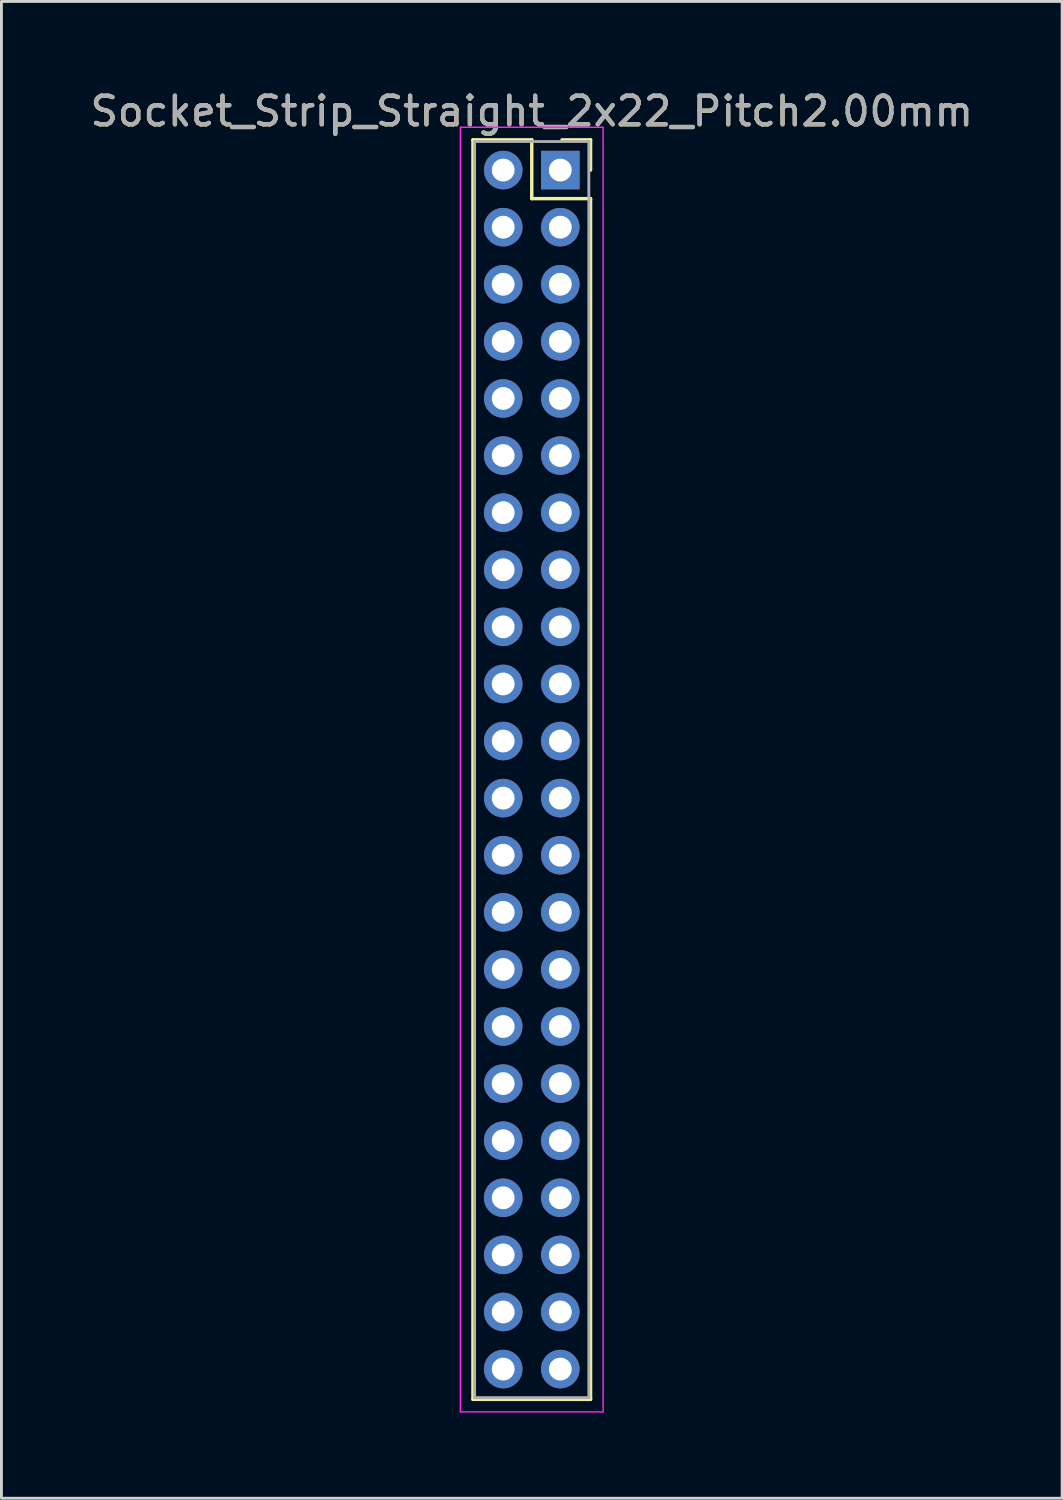
<source format=kicad_pcb>
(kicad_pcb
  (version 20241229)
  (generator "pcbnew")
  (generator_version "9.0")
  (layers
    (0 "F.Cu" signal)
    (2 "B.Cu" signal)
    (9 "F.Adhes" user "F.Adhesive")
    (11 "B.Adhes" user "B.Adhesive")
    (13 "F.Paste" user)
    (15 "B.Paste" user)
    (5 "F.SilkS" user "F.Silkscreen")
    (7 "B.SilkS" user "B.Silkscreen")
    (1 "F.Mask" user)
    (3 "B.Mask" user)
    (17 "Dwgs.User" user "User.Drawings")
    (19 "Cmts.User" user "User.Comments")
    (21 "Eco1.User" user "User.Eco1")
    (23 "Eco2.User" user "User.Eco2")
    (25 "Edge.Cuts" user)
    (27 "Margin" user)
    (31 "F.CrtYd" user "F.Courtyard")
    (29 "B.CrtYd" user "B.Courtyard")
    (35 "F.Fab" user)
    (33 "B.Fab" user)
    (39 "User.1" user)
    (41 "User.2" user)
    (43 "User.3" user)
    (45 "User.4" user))
  (footprint "Socket_Strip_Straight_2x22_Pitch2.00mm"
    (layer "F.Cu")
    (at 16.577 2.908)
    (property "Reference" "Socket_Strip_Straight_2x22_Pitch2.00mm" (at -1 -2.06 0) (layer "F.SilkS") (effects (font (size 1 1) (thickness 0.15))))
    (attr through_hole)
    (fp_line (start -3.06 -1.06) (end -1 -1.06) (stroke (width 0.12) (type solid)) (layer "F.SilkS"))
    (fp_line (start -3.06 43.06) (end -3.06 -1.06) (stroke (width 0.12) (type solid)) (layer "F.SilkS"))
    (fp_line (start -1 -1.06) (end -1 1) (stroke (width 0.12) (type solid)) (layer "F.SilkS"))
    (fp_line (start -1 1) (end 1.06 1) (stroke (width 0.12) (type solid)) (layer "F.SilkS"))
    (fp_line (start 1.06 -1.06) (end 0.06 -1.06) (stroke (width 0.12) (type solid)) (layer "F.SilkS"))
    (fp_line (start 1.06 0) (end 1.06 -1.06) (stroke (width 0.12) (type solid)) (layer "F.SilkS"))
    (fp_line (start 1.06 1) (end 1.06 43.06) (stroke (width 0.12) (type solid)) (layer "F.SilkS"))
    (fp_line (start 1.06 43.06) (end -3.06 43.06) (stroke (width 0.12) (type solid)) (layer "F.SilkS"))
    (fp_line (start -3.5 -1.5) (end -3.5 43.5) (stroke (width 0.05) (type solid)) (layer "F.CrtYd"))
    (fp_line (start -3.5 43.5) (end 1.5 43.5) (stroke (width 0.05) (type solid)) (layer "F.CrtYd"))
    (fp_line (start 1.5 -1.5) (end -3.5 -1.5) (stroke (width 0.05) (type solid)) (layer "F.CrtYd"))
    (fp_line (start 1.5 43.5) (end 1.5 -1.5) (stroke (width 0.05) (type solid)) (layer "F.CrtYd"))
    (fp_line (start -3 -1) (end -3 43) (stroke (width 0.1) (type solid)) (layer "F.Fab"))
    (fp_line (start -3 43) (end 1 43) (stroke (width 0.1) (type solid)) (layer "F.Fab"))
    (fp_line (start 1 -1) (end -3 -1) (stroke (width 0.1) (type solid)) (layer "F.Fab"))
    (fp_line (start 1 43) (end 1 -1) (stroke (width 0.1) (type solid)) (layer "F.Fab"))
    (fp_text user "${REFERENCE}" (at -1 -2.06 0) (layer "F.Fab") (effects (font (size 1 1) (thickness 0.15))))
    (pad "1" thru_hole rect (at 0 0) (size 1.35 1.35) (drill 0.8) (layers "*.Cu" "*.Mask"))
    (pad "2" thru_hole oval (at -2 0) (size 1.35 1.35) (drill 0.8) (layers "*.Cu" "*.Mask"))
    (pad "3" thru_hole oval (at 0 2) (size 1.35 1.35) (drill 0.8) (layers "*.Cu" "*.Mask"))
    (pad "4" thru_hole oval (at -2 2) (size 1.35 1.35) (drill 0.8) (layers "*.Cu" "*.Mask"))
    (pad "5" thru_hole oval (at 0 4) (size 1.35 1.35) (drill 0.8) (layers "*.Cu" "*.Mask"))
    (pad "6" thru_hole oval (at -2 4) (size 1.35 1.35) (drill 0.8) (layers "*.Cu" "*.Mask"))
    (pad "7" thru_hole oval (at 0 6) (size 1.35 1.35) (drill 0.8) (layers "*.Cu" "*.Mask"))
    (pad "8" thru_hole oval (at -2 6) (size 1.35 1.35) (drill 0.8) (layers "*.Cu" "*.Mask"))
    (pad "9" thru_hole oval (at 0 8) (size 1.35 1.35) (drill 0.8) (layers "*.Cu" "*.Mask"))
    (pad "10" thru_hole oval (at -2 8) (size 1.35 1.35) (drill 0.8) (layers "*.Cu" "*.Mask"))
    (pad "11" thru_hole oval (at 0 10) (size 1.35 1.35) (drill 0.8) (layers "*.Cu" "*.Mask"))
    (pad "12" thru_hole oval (at -2 10) (size 1.35 1.35) (drill 0.8) (layers "*.Cu" "*.Mask"))
    (pad "13" thru_hole oval (at 0 12) (size 1.35 1.35) (drill 0.8) (layers "*.Cu" "*.Mask"))
    (pad "14" thru_hole oval (at -2 12) (size 1.35 1.35) (drill 0.8) (layers "*.Cu" "*.Mask"))
    (pad "15" thru_hole oval (at 0 14) (size 1.35 1.35) (drill 0.8) (layers "*.Cu" "*.Mask"))
    (pad "16" thru_hole oval (at -2 14) (size 1.35 1.35) (drill 0.8) (layers "*.Cu" "*.Mask"))
    (pad "17" thru_hole oval (at 0 16) (size 1.35 1.35) (drill 0.8) (layers "*.Cu" "*.Mask"))
    (pad "18" thru_hole oval (at -2 16) (size 1.35 1.35) (drill 0.8) (layers "*.Cu" "*.Mask"))
    (pad "19" thru_hole oval (at 0 18) (size 1.35 1.35) (drill 0.8) (layers "*.Cu" "*.Mask"))
    (pad "20" thru_hole oval (at -2 18) (size 1.35 1.35) (drill 0.8) (layers "*.Cu" "*.Mask"))
    (pad "21" thru_hole oval (at 0 20) (size 1.35 1.35) (drill 0.8) (layers "*.Cu" "*.Mask"))
    (pad "22" thru_hole oval (at -2 20) (size 1.35 1.35) (drill 0.8) (layers "*.Cu" "*.Mask"))
    (pad "23" thru_hole oval (at 0 22) (size 1.35 1.35) (drill 0.8) (layers "*.Cu" "*.Mask"))
    (pad "24" thru_hole oval (at -2 22) (size 1.35 1.35) (drill 0.8) (layers "*.Cu" "*.Mask"))
    (pad "25" thru_hole oval (at 0 24) (size 1.35 1.35) (drill 0.8) (layers "*.Cu" "*.Mask"))
    (pad "26" thru_hole oval (at -2 24) (size 1.35 1.35) (drill 0.8) (layers "*.Cu" "*.Mask"))
    (pad "27" thru_hole oval (at 0 26) (size 1.35 1.35) (drill 0.8) (layers "*.Cu" "*.Mask"))
    (pad "28" thru_hole oval (at -2 26) (size 1.35 1.35) (drill 0.8) (layers "*.Cu" "*.Mask"))
    (pad "29" thru_hole oval (at 0 28) (size 1.35 1.35) (drill 0.8) (layers "*.Cu" "*.Mask"))
    (pad "30" thru_hole oval (at -2 28) (size 1.35 1.35) (drill 0.8) (layers "*.Cu" "*.Mask"))
    (pad "31" thru_hole oval (at 0 30) (size 1.35 1.35) (drill 0.8) (layers "*.Cu" "*.Mask"))
    (pad "32" thru_hole oval (at -2 30) (size 1.35 1.35) (drill 0.8) (layers "*.Cu" "*.Mask"))
    (pad "33" thru_hole oval (at 0 32) (size 1.35 1.35) (drill 0.8) (layers "*.Cu" "*.Mask"))
    (pad "34" thru_hole oval (at -2 32) (size 1.35 1.35) (drill 0.8) (layers "*.Cu" "*.Mask"))
    (pad "35" thru_hole oval (at 0 34) (size 1.35 1.35) (drill 0.8) (layers "*.Cu" "*.Mask"))
    (pad "36" thru_hole oval (at -2 34) (size 1.35 1.35) (drill 0.8) (layers "*.Cu" "*.Mask"))
    (pad "37" thru_hole oval (at 0 36) (size 1.35 1.35) (drill 0.8) (layers "*.Cu" "*.Mask"))
    (pad "38" thru_hole oval (at -2 36) (size 1.35 1.35) (drill 0.8) (layers "*.Cu" "*.Mask"))
    (pad "39" thru_hole oval (at 0 38) (size 1.35 1.35) (drill 0.8) (layers "*.Cu" "*.Mask"))
    (pad "40" thru_hole oval (at -2 38) (size 1.35 1.35) (drill 0.8) (layers "*.Cu" "*.Mask"))
    (pad "41" thru_hole oval (at 0 40) (size 1.35 1.35) (drill 0.8) (layers "*.Cu" "*.Mask"))
    (pad "42" thru_hole oval (at -2 40) (size 1.35 1.35) (drill 0.8) (layers "*.Cu" "*.Mask"))
    (pad "43" thru_hole oval (at 0 42) (size 1.35 1.35) (drill 0.8) (layers "*.Cu" "*.Mask"))
    (pad "44" thru_hole oval (at -2 42) (size 1.35 1.35) (drill 0.8) (layers "*.Cu" "*.Mask")))
  (gr_rect
    (start -3 -3)
    (end 34.155 49.433)
    (stroke (width 0.1) (type default))
    (fill no)
    (layer "Edge.Cuts")))
</source>
